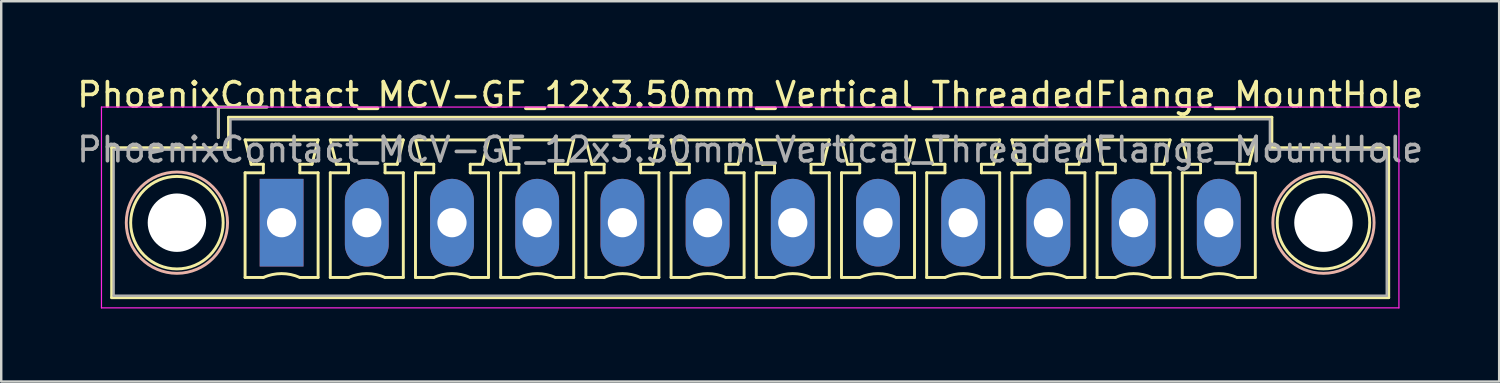
<source format=kicad_pcb>
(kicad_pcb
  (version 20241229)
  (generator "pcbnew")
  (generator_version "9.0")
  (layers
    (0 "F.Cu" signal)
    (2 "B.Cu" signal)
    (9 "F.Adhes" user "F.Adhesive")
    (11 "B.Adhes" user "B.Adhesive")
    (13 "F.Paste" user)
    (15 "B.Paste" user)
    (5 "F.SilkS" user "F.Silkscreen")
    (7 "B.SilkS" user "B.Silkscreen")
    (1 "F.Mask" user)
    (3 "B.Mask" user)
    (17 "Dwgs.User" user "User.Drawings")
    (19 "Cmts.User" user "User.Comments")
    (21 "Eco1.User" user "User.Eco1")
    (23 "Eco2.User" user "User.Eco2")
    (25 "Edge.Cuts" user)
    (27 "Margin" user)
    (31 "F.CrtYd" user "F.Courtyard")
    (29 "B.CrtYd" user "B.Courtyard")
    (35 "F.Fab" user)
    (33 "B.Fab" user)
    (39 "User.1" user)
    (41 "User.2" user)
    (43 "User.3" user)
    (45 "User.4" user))
  (footprint "PhoenixContact_MCV-GF_12x3.50mm_Vertical_ThreadedFlange_MountHole"
    (layer "F.Cu")
    (at 8.518 6.098)
    (property "Reference" "PhoenixContact_MCV-GF_12x3.50mm_Vertical_ThreadedFlange_MountHole" (at 19.25 -5.25 0) (layer "F.SilkS") (effects (font (size 1 1) (thickness 0.15))))
    (attr through_hole)
    (fp_line (start -6.98 -3.08) (end -6.98 3.08) (stroke (width 0.12) (type solid)) (layer "F.SilkS"))
    (fp_line (start -6.98 3.08) (end 45.48 3.08) (stroke (width 0.12) (type solid)) (layer "F.SilkS"))
    (fp_line (start -2.6 -4.75) (end -0.6 -4.75) (stroke (width 0.12) (type solid)) (layer "F.SilkS"))
    (fp_line (start -2.6 -3.5) (end -2.6 -4.75) (stroke (width 0.12) (type solid)) (layer "F.SilkS"))
    (fp_line (start -2.18 -4.33) (end -2.18 -3.08) (stroke (width 0.12) (type solid)) (layer "F.SilkS"))
    (fp_line (start -2.18 -3.08) (end -6.98 -3.08) (stroke (width 0.12) (type solid)) (layer "F.SilkS"))
    (fp_line (start -1.5 -3.4) (end 1.5 -3.4) (stroke (width 0.12) (type solid)) (layer "F.SilkS"))
    (fp_line (start -1.5 -2.05) (end -0.75 -2.05) (stroke (width 0.12) (type solid)) (layer "F.SilkS"))
    (fp_line (start -1.5 2.25) (end -1.5 -2.05) (stroke (width 0.12) (type solid)) (layer "F.SilkS"))
    (fp_line (start -1.25 -2.4) (end -1.5 -3.4) (stroke (width 0.12) (type solid)) (layer "F.SilkS"))
    (fp_line (start -0.75 -2.4) (end -1.25 -2.4) (stroke (width 0.12) (type solid)) (layer "F.SilkS"))
    (fp_line (start -0.75 -2.05) (end -0.75 -2.4) (stroke (width 0.12) (type solid)) (layer "F.SilkS"))
    (fp_line (start -0.75 2.25) (end -1.5 2.25) (stroke (width 0.12) (type solid)) (layer "F.SilkS"))
    (fp_line (start 0.75 -2.4) (end 0.75 -2.05) (stroke (width 0.12) (type solid)) (layer "F.SilkS"))
    (fp_line (start 0.75 -2.05) (end 1.5 -2.05) (stroke (width 0.12) (type solid)) (layer "F.SilkS"))
    (fp_line (start 1.25 -2.4) (end 0.75 -2.4) (stroke (width 0.12) (type solid)) (layer "F.SilkS"))
    (fp_line (start 1.5 -3.4) (end 1.25 -2.4) (stroke (width 0.12) (type solid)) (layer "F.SilkS"))
    (fp_line (start 1.5 -2.05) (end 1.5 2.25) (stroke (width 0.12) (type solid)) (layer "F.SilkS"))
    (fp_line (start 1.5 2.25) (end 0.75 2.25) (stroke (width 0.12) (type solid)) (layer "F.SilkS"))
    (fp_line (start 2 -3.4) (end 5 -3.4) (stroke (width 0.12) (type solid)) (layer "F.SilkS"))
    (fp_line (start 2 -2.05) (end 2.75 -2.05) (stroke (width 0.12) (type solid)) (layer "F.SilkS"))
    (fp_line (start 2 2.25) (end 2 -2.05) (stroke (width 0.12) (type solid)) (layer "F.SilkS"))
    (fp_line (start 2.25 -2.4) (end 2 -3.4) (stroke (width 0.12) (type solid)) (layer "F.SilkS"))
    (fp_line (start 2.75 -2.4) (end 2.25 -2.4) (stroke (width 0.12) (type solid)) (layer "F.SilkS"))
    (fp_line (start 2.75 -2.05) (end 2.75 -2.4) (stroke (width 0.12) (type solid)) (layer "F.SilkS"))
    (fp_line (start 2.75 2.25) (end 2 2.25) (stroke (width 0.12) (type solid)) (layer "F.SilkS"))
    (fp_line (start 4.25 -2.4) (end 4.25 -2.05) (stroke (width 0.12) (type solid)) (layer "F.SilkS"))
    (fp_line (start 4.25 -2.05) (end 5 -2.05) (stroke (width 0.12) (type solid)) (layer "F.SilkS"))
    (fp_line (start 4.75 -2.4) (end 4.25 -2.4) (stroke (width 0.12) (type solid)) (layer "F.SilkS"))
    (fp_line (start 5 -3.4) (end 4.75 -2.4) (stroke (width 0.12) (type solid)) (layer "F.SilkS"))
    (fp_line (start 5 -2.05) (end 5 2.25) (stroke (width 0.12) (type solid)) (layer "F.SilkS"))
    (fp_line (start 5 2.25) (end 4.25 2.25) (stroke (width 0.12) (type solid)) (layer "F.SilkS"))
    (fp_line (start 5.5 -3.4) (end 8.5 -3.4) (stroke (width 0.12) (type solid)) (layer "F.SilkS"))
    (fp_line (start 5.5 -2.05) (end 6.25 -2.05) (stroke (width 0.12) (type solid)) (layer "F.SilkS"))
    (fp_line (start 5.5 2.25) (end 5.5 -2.05) (stroke (width 0.12) (type solid)) (layer "F.SilkS"))
    (fp_line (start 5.75 -2.4) (end 5.5 -3.4) (stroke (width 0.12) (type solid)) (layer "F.SilkS"))
    (fp_line (start 6.25 -2.4) (end 5.75 -2.4) (stroke (width 0.12) (type solid)) (layer "F.SilkS"))
    (fp_line (start 6.25 -2.05) (end 6.25 -2.4) (stroke (width 0.12) (type solid)) (layer "F.SilkS"))
    (fp_line (start 6.25 2.25) (end 5.5 2.25) (stroke (width 0.12) (type solid)) (layer "F.SilkS"))
    (fp_line (start 7.75 -2.4) (end 7.75 -2.05) (stroke (width 0.12) (type solid)) (layer "F.SilkS"))
    (fp_line (start 7.75 -2.05) (end 8.5 -2.05) (stroke (width 0.12) (type solid)) (layer "F.SilkS"))
    (fp_line (start 8.25 -2.4) (end 7.75 -2.4) (stroke (width 0.12) (type solid)) (layer "F.SilkS"))
    (fp_line (start 8.5 -3.4) (end 8.25 -2.4) (stroke (width 0.12) (type solid)) (layer "F.SilkS"))
    (fp_line (start 8.5 -2.05) (end 8.5 2.25) (stroke (width 0.12) (type solid)) (layer "F.SilkS"))
    (fp_line (start 8.5 2.25) (end 7.75 2.25) (stroke (width 0.12) (type solid)) (layer "F.SilkS"))
    (fp_line (start 9 -3.4) (end 12 -3.4) (stroke (width 0.12) (type solid)) (layer "F.SilkS"))
    (fp_line (start 9 -2.05) (end 9.75 -2.05) (stroke (width 0.12) (type solid)) (layer "F.SilkS"))
    (fp_line (start 9 2.25) (end 9 -2.05) (stroke (width 0.12) (type solid)) (layer "F.SilkS"))
    (fp_line (start 9.25 -2.4) (end 9 -3.4) (stroke (width 0.12) (type solid)) (layer "F.SilkS"))
    (fp_line (start 9.75 -2.4) (end 9.25 -2.4) (stroke (width 0.12) (type solid)) (layer "F.SilkS"))
    (fp_line (start 9.75 -2.05) (end 9.75 -2.4) (stroke (width 0.12) (type solid)) (layer "F.SilkS"))
    (fp_line (start 9.75 2.25) (end 9 2.25) (stroke (width 0.12) (type solid)) (layer "F.SilkS"))
    (fp_line (start 11.25 -2.4) (end 11.25 -2.05) (stroke (width 0.12) (type solid)) (layer "F.SilkS"))
    (fp_line (start 11.25 -2.05) (end 12 -2.05) (stroke (width 0.12) (type solid)) (layer "F.SilkS"))
    (fp_line (start 11.75 -2.4) (end 11.25 -2.4) (stroke (width 0.12) (type solid)) (layer "F.SilkS"))
    (fp_line (start 12 -3.4) (end 11.75 -2.4) (stroke (width 0.12) (type solid)) (layer "F.SilkS"))
    (fp_line (start 12 -2.05) (end 12 2.25) (stroke (width 0.12) (type solid)) (layer "F.SilkS"))
    (fp_line (start 12 2.25) (end 11.25 2.25) (stroke (width 0.12) (type solid)) (layer "F.SilkS"))
    (fp_line (start 12.5 -3.4) (end 15.5 -3.4) (stroke (width 0.12) (type solid)) (layer "F.SilkS"))
    (fp_line (start 12.5 -2.05) (end 13.25 -2.05) (stroke (width 0.12) (type solid)) (layer "F.SilkS"))
    (fp_line (start 12.5 2.25) (end 12.5 -2.05) (stroke (width 0.12) (type solid)) (layer "F.SilkS"))
    (fp_line (start 12.75 -2.4) (end 12.5 -3.4) (stroke (width 0.12) (type solid)) (layer "F.SilkS"))
    (fp_line (start 13.25 -2.4) (end 12.75 -2.4) (stroke (width 0.12) (type solid)) (layer "F.SilkS"))
    (fp_line (start 13.25 -2.05) (end 13.25 -2.4) (stroke (width 0.12) (type solid)) (layer "F.SilkS"))
    (fp_line (start 13.25 2.25) (end 12.5 2.25) (stroke (width 0.12) (type solid)) (layer "F.SilkS"))
    (fp_line (start 14.75 -2.4) (end 14.75 -2.05) (stroke (width 0.12) (type solid)) (layer "F.SilkS"))
    (fp_line (start 14.75 -2.05) (end 15.5 -2.05) (stroke (width 0.12) (type solid)) (layer "F.SilkS"))
    (fp_line (start 15.25 -2.4) (end 14.75 -2.4) (stroke (width 0.12) (type solid)) (layer "F.SilkS"))
    (fp_line (start 15.5 -3.4) (end 15.25 -2.4) (stroke (width 0.12) (type solid)) (layer "F.SilkS"))
    (fp_line (start 15.5 -2.05) (end 15.5 2.25) (stroke (width 0.12) (type solid)) (layer "F.SilkS"))
    (fp_line (start 15.5 2.25) (end 14.75 2.25) (stroke (width 0.12) (type solid)) (layer "F.SilkS"))
    (fp_line (start 16 -3.4) (end 19 -3.4) (stroke (width 0.12) (type solid)) (layer "F.SilkS"))
    (fp_line (start 16 -2.05) (end 16.75 -2.05) (stroke (width 0.12) (type solid)) (layer "F.SilkS"))
    (fp_line (start 16 2.25) (end 16 -2.05) (stroke (width 0.12) (type solid)) (layer "F.SilkS"))
    (fp_line (start 16.25 -2.4) (end 16 -3.4) (stroke (width 0.12) (type solid)) (layer "F.SilkS"))
    (fp_line (start 16.75 -2.4) (end 16.25 -2.4) (stroke (width 0.12) (type solid)) (layer "F.SilkS"))
    (fp_line (start 16.75 -2.05) (end 16.75 -2.4) (stroke (width 0.12) (type solid)) (layer "F.SilkS"))
    (fp_line (start 16.75 2.25) (end 16 2.25) (stroke (width 0.12) (type solid)) (layer "F.SilkS"))
    (fp_line (start 18.25 -2.4) (end 18.25 -2.05) (stroke (width 0.12) (type solid)) (layer "F.SilkS"))
    (fp_line (start 18.25 -2.05) (end 19 -2.05) (stroke (width 0.12) (type solid)) (layer "F.SilkS"))
    (fp_line (start 18.75 -2.4) (end 18.25 -2.4) (stroke (width 0.12) (type solid)) (layer "F.SilkS"))
    (fp_line (start 19 -3.4) (end 18.75 -2.4) (stroke (width 0.12) (type solid)) (layer "F.SilkS"))
    (fp_line (start 19 -2.05) (end 19 2.25) (stroke (width 0.12) (type solid)) (layer "F.SilkS"))
    (fp_line (start 19 2.25) (end 18.25 2.25) (stroke (width 0.12) (type solid)) (layer "F.SilkS"))
    (fp_line (start 19.5 -3.4) (end 22.5 -3.4) (stroke (width 0.12) (type solid)) (layer "F.SilkS"))
    (fp_line (start 19.5 -2.05) (end 20.25 -2.05) (stroke (width 0.12) (type solid)) (layer "F.SilkS"))
    (fp_line (start 19.5 2.25) (end 19.5 -2.05) (stroke (width 0.12) (type solid)) (layer "F.SilkS"))
    (fp_line (start 19.75 -2.4) (end 19.5 -3.4) (stroke (width 0.12) (type solid)) (layer "F.SilkS"))
    (fp_line (start 20.25 -2.4) (end 19.75 -2.4) (stroke (width 0.12) (type solid)) (layer "F.SilkS"))
    (fp_line (start 20.25 -2.05) (end 20.25 -2.4) (stroke (width 0.12) (type solid)) (layer "F.SilkS"))
    (fp_line (start 20.25 2.25) (end 19.5 2.25) (stroke (width 0.12) (type solid)) (layer "F.SilkS"))
    (fp_line (start 21.75 -2.4) (end 21.75 -2.05) (stroke (width 0.12) (type solid)) (layer "F.SilkS"))
    (fp_line (start 21.75 -2.05) (end 22.5 -2.05) (stroke (width 0.12) (type solid)) (layer "F.SilkS"))
    (fp_line (start 22.25 -2.4) (end 21.75 -2.4) (stroke (width 0.12) (type solid)) (layer "F.SilkS"))
    (fp_line (start 22.5 -3.4) (end 22.25 -2.4) (stroke (width 0.12) (type solid)) (layer "F.SilkS"))
    (fp_line (start 22.5 -2.05) (end 22.5 2.25) (stroke (width 0.12) (type solid)) (layer "F.SilkS"))
    (fp_line (start 22.5 2.25) (end 21.75 2.25) (stroke (width 0.12) (type solid)) (layer "F.SilkS"))
    (fp_line (start 23 -3.4) (end 26 -3.4) (stroke (width 0.12) (type solid)) (layer "F.SilkS"))
    (fp_line (start 23 -2.05) (end 23.75 -2.05) (stroke (width 0.12) (type solid)) (layer "F.SilkS"))
    (fp_line (start 23 2.25) (end 23 -2.05) (stroke (width 0.12) (type solid)) (layer "F.SilkS"))
    (fp_line (start 23.25 -2.4) (end 23 -3.4) (stroke (width 0.12) (type solid)) (layer "F.SilkS"))
    (fp_line (start 23.75 -2.4) (end 23.25 -2.4) (stroke (width 0.12) (type solid)) (layer "F.SilkS"))
    (fp_line (start 23.75 -2.05) (end 23.75 -2.4) (stroke (width 0.12) (type solid)) (layer "F.SilkS"))
    (fp_line (start 23.75 2.25) (end 23 2.25) (stroke (width 0.12) (type solid)) (layer "F.SilkS"))
    (fp_line (start 25.25 -2.4) (end 25.25 -2.05) (stroke (width 0.12) (type solid)) (layer "F.SilkS"))
    (fp_line (start 25.25 -2.05) (end 26 -2.05) (stroke (width 0.12) (type solid)) (layer "F.SilkS"))
    (fp_line (start 25.75 -2.4) (end 25.25 -2.4) (stroke (width 0.12) (type solid)) (layer "F.SilkS"))
    (fp_line (start 26 -3.4) (end 25.75 -2.4) (stroke (width 0.12) (type solid)) (layer "F.SilkS"))
    (fp_line (start 26 -2.05) (end 26 2.25) (stroke (width 0.12) (type solid)) (layer "F.SilkS"))
    (fp_line (start 26 2.25) (end 25.25 2.25) (stroke (width 0.12) (type solid)) (layer "F.SilkS"))
    (fp_line (start 26.5 -3.4) (end 29.5 -3.4) (stroke (width 0.12) (type solid)) (layer "F.SilkS"))
    (fp_line (start 26.5 -2.05) (end 27.25 -2.05) (stroke (width 0.12) (type solid)) (layer "F.SilkS"))
    (fp_line (start 26.5 2.25) (end 26.5 -2.05) (stroke (width 0.12) (type solid)) (layer "F.SilkS"))
    (fp_line (start 26.75 -2.4) (end 26.5 -3.4) (stroke (width 0.12) (type solid)) (layer "F.SilkS"))
    (fp_line (start 27.25 -2.4) (end 26.75 -2.4) (stroke (width 0.12) (type solid)) (layer "F.SilkS"))
    (fp_line (start 27.25 -2.05) (end 27.25 -2.4) (stroke (width 0.12) (type solid)) (layer "F.SilkS"))
    (fp_line (start 27.25 2.25) (end 26.5 2.25) (stroke (width 0.12) (type solid)) (layer "F.SilkS"))
    (fp_line (start 28.75 -2.4) (end 28.75 -2.05) (stroke (width 0.12) (type solid)) (layer "F.SilkS"))
    (fp_line (start 28.75 -2.05) (end 29.5 -2.05) (stroke (width 0.12) (type solid)) (layer "F.SilkS"))
    (fp_line (start 29.25 -2.4) (end 28.75 -2.4) (stroke (width 0.12) (type solid)) (layer "F.SilkS"))
    (fp_line (start 29.5 -3.4) (end 29.25 -2.4) (stroke (width 0.12) (type solid)) (layer "F.SilkS"))
    (fp_line (start 29.5 -2.05) (end 29.5 2.25) (stroke (width 0.12) (type solid)) (layer "F.SilkS"))
    (fp_line (start 29.5 2.25) (end 28.75 2.25) (stroke (width 0.12) (type solid)) (layer "F.SilkS"))
    (fp_line (start 30 -3.4) (end 33 -3.4) (stroke (width 0.12) (type solid)) (layer "F.SilkS"))
    (fp_line (start 30 -2.05) (end 30.75 -2.05) (stroke (width 0.12) (type solid)) (layer "F.SilkS"))
    (fp_line (start 30 2.25) (end 30 -2.05) (stroke (width 0.12) (type solid)) (layer "F.SilkS"))
    (fp_line (start 30.25 -2.4) (end 30 -3.4) (stroke (width 0.12) (type solid)) (layer "F.SilkS"))
    (fp_line (start 30.75 -2.4) (end 30.25 -2.4) (stroke (width 0.12) (type solid)) (layer "F.SilkS"))
    (fp_line (start 30.75 -2.05) (end 30.75 -2.4) (stroke (width 0.12) (type solid)) (layer "F.SilkS"))
    (fp_line (start 30.75 2.25) (end 30 2.25) (stroke (width 0.12) (type solid)) (layer "F.SilkS"))
    (fp_line (start 32.25 -2.4) (end 32.25 -2.05) (stroke (width 0.12) (type solid)) (layer "F.SilkS"))
    (fp_line (start 32.25 -2.05) (end 33 -2.05) (stroke (width 0.12) (type solid)) (layer "F.SilkS"))
    (fp_line (start 32.75 -2.4) (end 32.25 -2.4) (stroke (width 0.12) (type solid)) (layer "F.SilkS"))
    (fp_line (start 33 -3.4) (end 32.75 -2.4) (stroke (width 0.12) (type solid)) (layer "F.SilkS"))
    (fp_line (start 33 -2.05) (end 33 2.25) (stroke (width 0.12) (type solid)) (layer "F.SilkS"))
    (fp_line (start 33 2.25) (end 32.25 2.25) (stroke (width 0.12) (type solid)) (layer "F.SilkS"))
    (fp_line (start 33.5 -3.4) (end 36.5 -3.4) (stroke (width 0.12) (type solid)) (layer "F.SilkS"))
    (fp_line (start 33.5 -2.05) (end 34.25 -2.05) (stroke (width 0.12) (type solid)) (layer "F.SilkS"))
    (fp_line (start 33.5 2.25) (end 33.5 -2.05) (stroke (width 0.12) (type solid)) (layer "F.SilkS"))
    (fp_line (start 33.75 -2.4) (end 33.5 -3.4) (stroke (width 0.12) (type solid)) (layer "F.SilkS"))
    (fp_line (start 34.25 -2.4) (end 33.75 -2.4) (stroke (width 0.12) (type solid)) (layer "F.SilkS"))
    (fp_line (start 34.25 -2.05) (end 34.25 -2.4) (stroke (width 0.12) (type solid)) (layer "F.SilkS"))
    (fp_line (start 34.25 2.25) (end 33.5 2.25) (stroke (width 0.12) (type solid)) (layer "F.SilkS"))
    (fp_line (start 35.75 -2.4) (end 35.75 -2.05) (stroke (width 0.12) (type solid)) (layer "F.SilkS"))
    (fp_line (start 35.75 -2.05) (end 36.5 -2.05) (stroke (width 0.12) (type solid)) (layer "F.SilkS"))
    (fp_line (start 36.25 -2.4) (end 35.75 -2.4) (stroke (width 0.12) (type solid)) (layer "F.SilkS"))
    (fp_line (start 36.5 -3.4) (end 36.25 -2.4) (stroke (width 0.12) (type solid)) (layer "F.SilkS"))
    (fp_line (start 36.5 -2.05) (end 36.5 2.25) (stroke (width 0.12) (type solid)) (layer "F.SilkS"))
    (fp_line (start 36.5 2.25) (end 35.75 2.25) (stroke (width 0.12) (type solid)) (layer "F.SilkS"))
    (fp_line (start 37 -3.4) (end 40 -3.4) (stroke (width 0.12) (type solid)) (layer "F.SilkS"))
    (fp_line (start 37 -2.05) (end 37.75 -2.05) (stroke (width 0.12) (type solid)) (layer "F.SilkS"))
    (fp_line (start 37 2.25) (end 37 -2.05) (stroke (width 0.12) (type solid)) (layer "F.SilkS"))
    (fp_line (start 37.25 -2.4) (end 37 -3.4) (stroke (width 0.12) (type solid)) (layer "F.SilkS"))
    (fp_line (start 37.75 -2.4) (end 37.25 -2.4) (stroke (width 0.12) (type solid)) (layer "F.SilkS"))
    (fp_line (start 37.75 -2.05) (end 37.75 -2.4) (stroke (width 0.12) (type solid)) (layer "F.SilkS"))
    (fp_line (start 37.75 2.25) (end 37 2.25) (stroke (width 0.12) (type solid)) (layer "F.SilkS"))
    (fp_line (start 39.25 -2.4) (end 39.25 -2.05) (stroke (width 0.12) (type solid)) (layer "F.SilkS"))
    (fp_line (start 39.25 -2.05) (end 40 -2.05) (stroke (width 0.12) (type solid)) (layer "F.SilkS"))
    (fp_line (start 39.75 -2.4) (end 39.25 -2.4) (stroke (width 0.12) (type solid)) (layer "F.SilkS"))
    (fp_line (start 40 -3.4) (end 39.75 -2.4) (stroke (width 0.12) (type solid)) (layer "F.SilkS"))
    (fp_line (start 40 -2.05) (end 40 2.25) (stroke (width 0.12) (type solid)) (layer "F.SilkS"))
    (fp_line (start 40 2.25) (end 39.25 2.25) (stroke (width 0.12) (type solid)) (layer "F.SilkS"))
    (fp_line (start 40.68 -4.33) (end -2.18 -4.33) (stroke (width 0.12) (type solid)) (layer "F.SilkS"))
    (fp_line (start 40.68 -3.08) (end 40.68 -4.33) (stroke (width 0.12) (type solid)) (layer "F.SilkS"))
    (fp_line (start 45.48 -3.08) (end 40.68 -3.08) (stroke (width 0.12) (type solid)) (layer "F.SilkS"))
    (fp_line (start 45.48 3.08) (end 45.48 -3.08) (stroke (width 0.12) (type solid)) (layer "F.SilkS"))
    (fp_arc (start -0.75 2.25) (mid -0.000193 2.09191) (end 0.749647 2.249844) (stroke (width 0.12) (type solid)) (layer "F.SilkS"))
    (fp_arc (start 2.75 2.25) (mid 3.499807 2.09191) (end 4.249647 2.249844) (stroke (width 0.12) (type solid)) (layer "F.SilkS"))
    (fp_arc (start 6.25 2.25) (mid 6.999807 2.09191) (end 7.749647 2.249844) (stroke (width 0.12) (type solid)) (layer "F.SilkS"))
    (fp_arc (start 9.75 2.25) (mid 10.499807 2.09191) (end 11.249647 2.249844) (stroke (width 0.12) (type solid)) (layer "F.SilkS"))
    (fp_arc (start 13.25 2.25) (mid 13.999807 2.09191) (end 14.749647 2.249844) (stroke (width 0.12) (type solid)) (layer "F.SilkS"))
    (fp_arc (start 16.75 2.25) (mid 17.499807 2.09191) (end 18.249647 2.249844) (stroke (width 0.12) (type solid)) (layer "F.SilkS"))
    (fp_arc (start 20.25 2.25) (mid 20.999807 2.09191) (end 21.749647 2.249844) (stroke (width 0.12) (type solid)) (layer "F.SilkS"))
    (fp_arc (start 23.75 2.25) (mid 24.499807 2.09191) (end 25.249647 2.249844) (stroke (width 0.12) (type solid)) (layer "F.SilkS"))
    (fp_arc (start 27.25 2.25) (mid 27.999807 2.09191) (end 28.749647 2.249844) (stroke (width 0.12) (type solid)) (layer "F.SilkS"))
    (fp_arc (start 30.75 2.25) (mid 31.499807 2.09191) (end 32.249647 2.249844) (stroke (width 0.12) (type solid)) (layer "F.SilkS"))
    (fp_arc (start 34.25 2.25) (mid 34.999807 2.09191) (end 35.749647 2.249844) (stroke (width 0.12) (type solid)) (layer "F.SilkS"))
    (fp_arc (start 37.75 2.25) (mid 38.499807 2.09191) (end 39.249647 2.249844) (stroke (width 0.12) (type solid)) (layer "F.SilkS"))
    (fp_circle (center -4.3 0) (end -2.4 0) (stroke (width 0.12) (type solid)) (fill no) (layer "F.SilkS"))
    (fp_circle (center 42.8 0) (end 44.7 0) (stroke (width 0.12) (type solid)) (fill no) (layer "F.SilkS"))
    (fp_circle (center -4.3 0) (end -2.22 0) (stroke (width 0.12) (type solid)) (fill no) (layer "B.SilkS"))
    (fp_circle (center 42.8 0) (end 44.88 0) (stroke (width 0.12) (type solid)) (fill no) (layer "B.SilkS"))
    (fp_line (start -7.4 -4.75) (end -7.4 3.5) (stroke (width 0.05) (type solid)) (layer "F.CrtYd"))
    (fp_line (start -7.4 3.5) (end 45.9 3.5) (stroke (width 0.05) (type solid)) (layer "F.CrtYd"))
    (fp_line (start 45.9 -4.75) (end -7.4 -4.75) (stroke (width 0.05) (type solid)) (layer "F.CrtYd"))
    (fp_line (start 45.9 3.5) (end 45.9 -4.75) (stroke (width 0.05) (type solid)) (layer "F.CrtYd"))
    (fp_line (start -6.9 -3) (end -6.9 3) (stroke (width 0.1) (type solid)) (layer "F.Fab"))
    (fp_line (start -6.9 3) (end 45.4 3) (stroke (width 0.1) (type solid)) (layer "F.Fab"))
    (fp_line (start -2.6 -4.75) (end -0.6 -4.75) (stroke (width 0.1) (type solid)) (layer "F.Fab"))
    (fp_line (start -2.6 -3.5) (end -2.6 -4.75) (stroke (width 0.1) (type solid)) (layer "F.Fab"))
    (fp_line (start -2.1 -4.25) (end -2.1 -3) (stroke (width 0.1) (type solid)) (layer "F.Fab"))
    (fp_line (start -2.1 -3) (end -6.9 -3) (stroke (width 0.1) (type solid)) (layer "F.Fab"))
    (fp_line (start 40.6 -4.25) (end -2.1 -4.25) (stroke (width 0.1) (type solid)) (layer "F.Fab"))
    (fp_line (start 40.6 -3) (end 40.6 -4.25) (stroke (width 0.1) (type solid)) (layer "F.Fab"))
    (fp_line (start 45.4 -3) (end 40.6 -3) (stroke (width 0.1) (type solid)) (layer "F.Fab"))
    (fp_line (start 45.4 3) (end 45.4 -3) (stroke (width 0.1) (type solid)) (layer "F.Fab"))
    (fp_text user "${REFERENCE}" (at 19.25 -3 0) (layer "F.Fab") (effects (font (size 1 1) (thickness 0.15))))
    (pad "" np_thru_hole circle (at -4.3 0) (size 2.4 2.4) (drill 2.4) (layers "*.Cu" "*.Mask"))
    (pad "" np_thru_hole circle (at 42.8 0) (size 2.4 2.4) (drill 2.4) (layers "*.Cu" "*.Mask"))
    (pad "1" thru_hole rect (at 0 0) (size 1.8 3.6) (drill 1.2) (layers "*.Cu" "*.Mask"))
    (pad "2" thru_hole oval (at 3.5 0) (size 1.8 3.6) (drill 1.2) (layers "*.Cu" "*.Mask"))
    (pad "3" thru_hole oval (at 7 0) (size 1.8 3.6) (drill 1.2) (layers "*.Cu" "*.Mask"))
    (pad "4" thru_hole oval (at 10.5 0) (size 1.8 3.6) (drill 1.2) (layers "*.Cu" "*.Mask"))
    (pad "5" thru_hole oval (at 14 0) (size 1.8 3.6) (drill 1.2) (layers "*.Cu" "*.Mask"))
    (pad "6" thru_hole oval (at 17.5 0) (size 1.8 3.6) (drill 1.2) (layers "*.Cu" "*.Mask"))
    (pad "7" thru_hole oval (at 21 0) (size 1.8 3.6) (drill 1.2) (layers "*.Cu" "*.Mask"))
    (pad "8" thru_hole oval (at 24.5 0) (size 1.8 3.6) (drill 1.2) (layers "*.Cu" "*.Mask"))
    (pad "9" thru_hole oval (at 28 0) (size 1.8 3.6) (drill 1.2) (layers "*.Cu" "*.Mask"))
    (pad "10" thru_hole oval (at 31.5 0) (size 1.8 3.6) (drill 1.2) (layers "*.Cu" "*.Mask"))
    (pad "11" thru_hole oval (at 35 0) (size 1.8 3.6) (drill 1.2) (layers "*.Cu" "*.Mask"))
    (pad "12" thru_hole oval (at 38.5 0) (size 1.8 3.6) (drill 1.2) (layers "*.Cu" "*.Mask")))
  (gr_rect
    (start -3 -3)
    (end 58.536 12.623)
    (stroke (width 0.1) (type default))
    (fill no)
    (layer "Edge.Cuts")))
</source>
